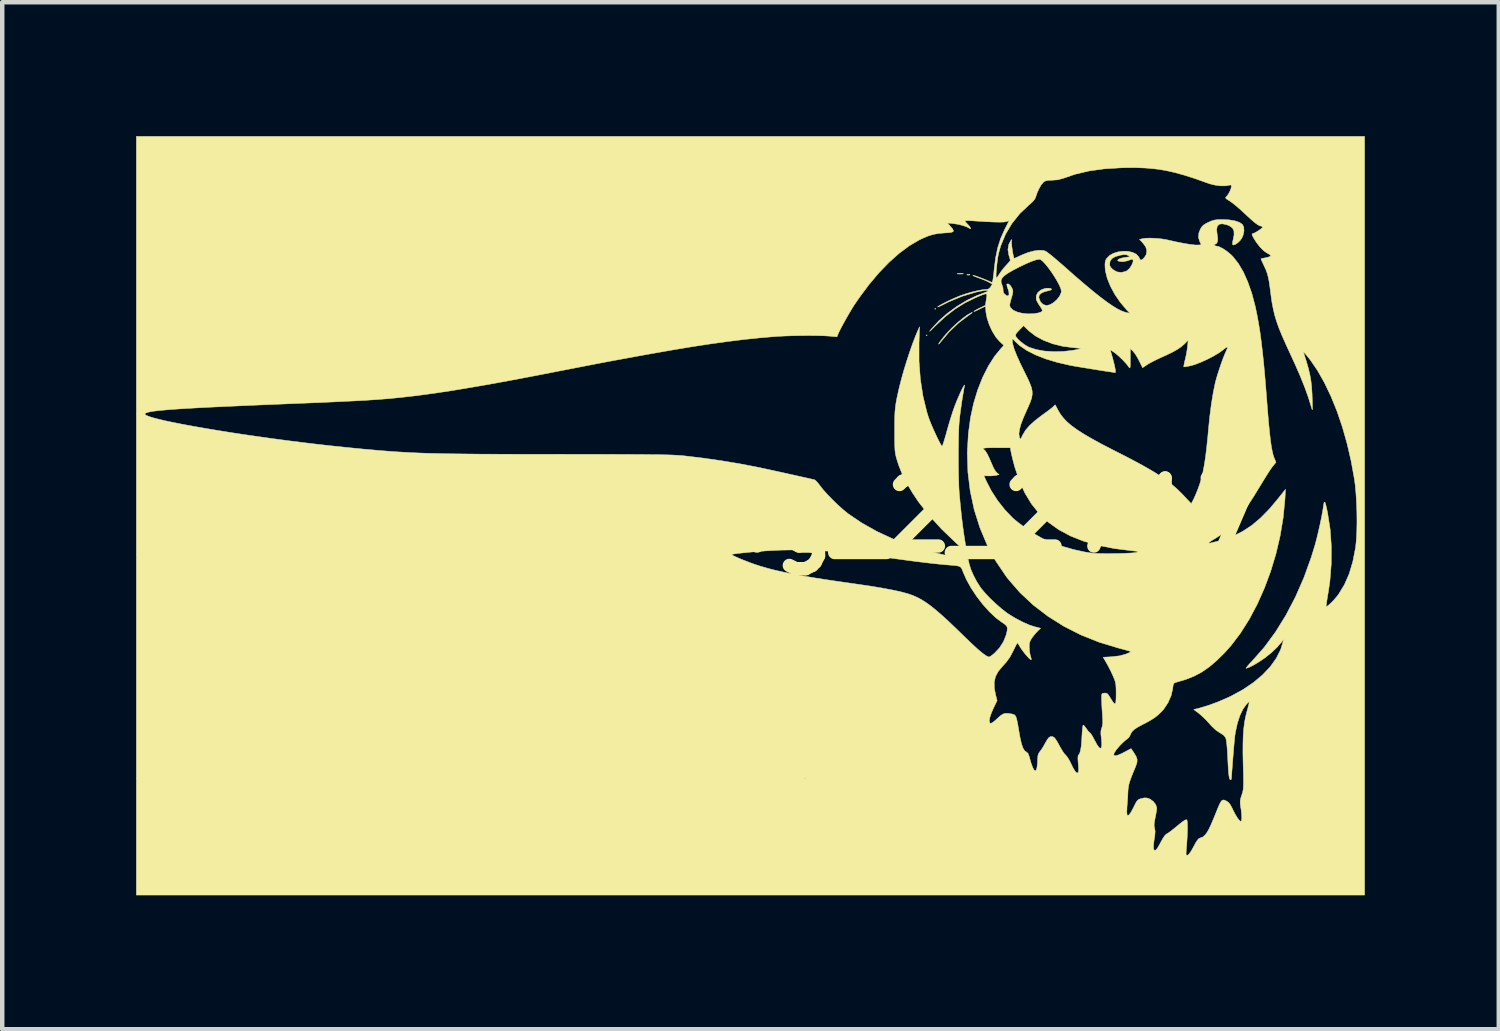
<source format=kicad_pcb>
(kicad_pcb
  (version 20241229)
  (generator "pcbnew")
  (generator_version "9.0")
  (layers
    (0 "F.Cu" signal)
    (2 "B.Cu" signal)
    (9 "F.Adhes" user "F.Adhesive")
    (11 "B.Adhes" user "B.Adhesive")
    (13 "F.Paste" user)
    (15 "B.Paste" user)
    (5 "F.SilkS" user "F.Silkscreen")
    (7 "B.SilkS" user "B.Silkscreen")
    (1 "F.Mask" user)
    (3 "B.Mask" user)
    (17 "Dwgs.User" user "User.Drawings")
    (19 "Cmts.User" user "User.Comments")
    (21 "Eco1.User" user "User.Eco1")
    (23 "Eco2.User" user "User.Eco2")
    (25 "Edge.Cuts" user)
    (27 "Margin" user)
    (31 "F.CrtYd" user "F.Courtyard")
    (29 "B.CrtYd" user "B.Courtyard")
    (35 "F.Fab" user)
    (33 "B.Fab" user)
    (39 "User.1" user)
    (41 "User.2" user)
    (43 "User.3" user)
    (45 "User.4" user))
  (footprint "otter_laying_2_2717"
    (layer "F.Cu")
    (at 13.763 8.493)
    (property "Reference" "otter_laying_2_2717" (at 0 0 0) (layer "F.SilkS") (effects (font (size 1.524 1.524) (thickness 0.3))))
    (attr through_hole)
    (fp_poly (pts (xy 3.958 -4.032) (xy 3.948 -4.022) (xy 3.937 -4.032) (xy 3.948 -4.043) (xy 3.958 -4.032)) (stroke (width 0.01) (type solid)) (fill yes) (layer "F.SilkS"))
    (fp_poly (pts (xy 4.149 -4.625) (xy 4.138 -4.614) (xy 4.128 -4.625) (xy 4.138 -4.636) (xy 4.149 -4.625)) (stroke (width 0.01) (type solid)) (fill yes) (layer "F.SilkS"))
    (fp_poly (pts (xy 4.757 -5.413) (xy 4.77 -5.408) (xy 4.746 -5.405) (xy 4.699 -5.404) (xy 4.647 -5.405) (xy 4.627 -5.409) (xy 4.641 -5.413) (xy 4.709 -5.416) (xy 4.757 -5.413)) (stroke (width 0.01) (type solid)) (fill yes) (layer "F.SilkS"))
    (fp_poly (pts (xy 4.916 -5.39) (xy 4.917 -5.383) (xy 4.884 -5.38) (xy 4.879 -5.38) (xy 4.846 -5.384) (xy 4.849 -5.39) (xy 4.853 -5.391) (xy 4.899 -5.394) (xy 4.916 -5.39)) (stroke (width 0.01) (type solid)) (fill yes) (layer "F.SilkS"))
    (fp_poly (pts (xy 4.96 -4.53) (xy 4.915 -4.497) (xy 4.884 -4.476) (xy 4.66 -4.307) (xy 4.446 -4.103) (xy 4.251 -3.87) (xy 4.245 -3.863) (xy 4.222 -3.836) (xy 4.213 -3.835) (xy 4.225 -3.857) (xy 4.258 -3.904) (xy 4.306 -3.967) (xy 4.339 -4.009) (xy 4.422 -4.104) (xy 4.523 -4.208) (xy 4.633 -4.31) (xy 4.742 -4.401) (xy 4.84 -4.475) (xy 4.892 -4.507) (xy 4.948 -4.537) (xy 4.971 -4.544) (xy 4.96 -4.53)) (stroke (width 0.01) (type solid)) (fill yes) (layer "F.SilkS"))
    (fp_poly (pts (xy 3.776 -3.863) (xy 3.776 -3.448) (xy 3.806 -3.047) (xy 3.865 -2.664) (xy 3.953 -2.306) (xy 3.979 -2.221) (xy 4.007 -2.142) (xy 4.045 -2.046) (xy 4.089 -1.943) (xy 4.137 -1.838) (xy 4.183 -1.739) (xy 4.226 -1.653) (xy 4.261 -1.588) (xy 4.286 -1.551) (xy 4.293 -1.545) (xy 4.303 -1.565) (xy 4.322 -1.618) (xy 4.347 -1.699) (xy 4.377 -1.801) (xy 4.4 -1.885) (xy 4.439 -2.023) (xy 4.483 -2.169) (xy 4.528 -2.31) (xy 4.569 -2.428) (xy 4.582 -2.462) (xy 4.619 -2.556) (xy 4.659 -2.65) (xy 4.698 -2.738) (xy 4.734 -2.815) (xy 4.765 -2.874) (xy 4.787 -2.91) (xy 4.797 -2.918) (xy 4.795 -2.9) (xy 4.78 -2.821) (xy 4.761 -2.711) (xy 4.74 -2.582) (xy 4.72 -2.444) (xy 4.701 -2.31) (xy 4.686 -2.19) (xy 4.679 -2.12) (xy 4.671 -2.018) (xy 4.665 -1.882) (xy 4.661 -1.72) (xy 4.659 -1.539) (xy 4.658 -1.347) (xy 4.658 -1.153) (xy 4.66 -0.964) (xy 4.664 -0.789) (xy 4.669 -0.634) (xy 4.676 -0.509) (xy 4.679 -0.476) (xy 4.702 -0.226) (xy 4.728 0.02) (xy 4.756 0.251) (xy 4.785 0.458) (xy 4.805 0.582) (xy 4.82 0.675) (xy 4.832 0.752) (xy 4.838 0.803) (xy 4.839 0.82) (xy 4.822 0.809) (xy 4.779 0.774) (xy 4.717 0.72) (xy 4.64 0.652) (xy 4.602 0.618) (xy 4.283 0.312) (xy 4.004 0.007) (xy 3.765 -0.298) (xy 3.627 -0.505) (xy 3.502 -0.716) (xy 3.403 -0.913) (xy 3.324 -1.11) (xy 3.286 -1.226) (xy 3.268 -1.287) (xy 3.254 -1.342) (xy 3.244 -1.396) (xy 3.237 -1.459) (xy 3.233 -1.536) (xy 3.23 -1.636) (xy 3.229 -1.766) (xy 3.229 -1.884) (xy 3.229 -2.055) (xy 3.231 -2.193) (xy 3.236 -2.31) (xy 3.246 -2.415) (xy 3.26 -2.517) (xy 3.281 -2.629) (xy 3.309 -2.758) (xy 3.337 -2.879) (xy 3.383 -3.058) (xy 3.438 -3.254) (xy 3.501 -3.458) (xy 3.567 -3.66) (xy 3.633 -3.848) (xy 3.697 -4.014) (xy 3.748 -4.135) (xy 3.788 -4.223) (xy 3.776 -3.863)) (stroke (width 0.01) (type solid)) (fill yes) (layer "F.SilkS"))
    (fp_poly (pts (xy 13.758 8.509) (xy -13.758 8.509) (xy -13.758 5.895) (xy 1.206 5.895) (xy 1.217 5.905) (xy 1.228 5.895) (xy 1.217 5.884) (xy 1.206 5.895) (xy -13.758 5.895) (xy -13.758 0.88) (xy -0.42 0.88) (xy -0.408 0.892) (xy -0.363 0.916) (xy -0.292 0.948) (xy -0.205 0.986) (xy -0.106 1.025) (xy -0.005 1.064) (xy 0.069 1.091) (xy 0.217 1.14) (xy 0.376 1.186) (xy 0.549 1.231) (xy 0.74 1.274) (xy 0.952 1.317) (xy 1.189 1.361) (xy 1.456 1.406) (xy 1.754 1.452) (xy 2.089 1.501) (xy 2.328 1.535) (xy 2.651 1.582) (xy 2.932 1.628) (xy 3.172 1.673) (xy 3.371 1.716) (xy 3.53 1.759) (xy 3.641 1.798) (xy 3.736 1.84) (xy 3.831 1.891) (xy 3.93 1.953) (xy 4.035 2.029) (xy 4.151 2.122) (xy 4.281 2.234) (xy 4.429 2.369) (xy 4.598 2.53) (xy 4.792 2.718) (xy 4.805 2.731) (xy 4.963 2.883) (xy 5.094 3.003) (xy 5.199 3.091) (xy 5.279 3.148) (xy 5.333 3.173) (xy 5.346 3.175) (xy 5.374 3.162) (xy 5.421 3.128) (xy 5.466 3.091) (xy 5.579 2.97) (xy 5.669 2.83) (xy 5.726 2.686) (xy 5.727 2.684) (xy 5.749 2.592) (xy 5.755 2.53) (xy 5.741 2.485) (xy 5.702 2.446) (xy 5.636 2.401) (xy 5.636 2.401) (xy 5.495 2.296) (xy 5.349 2.158) (xy 5.204 1.996) (xy 5.066 1.817) (xy 4.942 1.63) (xy 4.838 1.442) (xy 4.763 1.272) (xy 4.743 1.22) (xy 4.725 1.183) (xy 4.7 1.157) (xy 4.662 1.14) (xy 4.603 1.129) (xy 4.517 1.121) (xy 4.396 1.111) (xy 4.392 1.111) (xy 4.273 1.1) (xy 4.117 1.084) (xy 3.931 1.063) (xy 3.721 1.037) (xy 3.491 1.007) (xy 3.248 0.974) (xy 3.096 0.953) (xy 2.673 0.897) (xy 2.285 0.852) (xy 1.928 0.818) (xy 1.594 0.794) (xy 1.279 0.78) (xy 0.977 0.776) (xy 0.683 0.781) (xy 0.593 0.785) (xy 0.463 0.791) (xy 0.323 0.8) (xy 0.178 0.811) (xy 0.035 0.823) (xy -0.099 0.836) (xy -0.218 0.848) (xy -0.315 0.86) (xy -0.384 0.87) (xy -0.418 0.878) (xy -0.42 0.88) (xy -13.758 0.88) (xy -13.758 -2.267) (xy -13.568 -2.267) (xy -13.547 -2.244) (xy -13.487 -2.217) (xy -13.391 -2.186) (xy -13.26 -2.152) (xy -13.099 -2.114) (xy -12.908 -2.074) (xy -12.692 -2.032) (xy -12.453 -1.988) (xy -12.194 -1.943) (xy -11.917 -1.897) (xy -11.625 -1.85) (xy -11.321 -1.804) (xy -11.007 -1.759) (xy -10.686 -1.714) (xy -10.362 -1.671) (xy -10.036 -1.63) (xy -9.711 -1.591) (xy -9.39 -1.555) (xy -9.102 -1.525) (xy -8.883 -1.503) (xy -8.68 -1.483) (xy -8.489 -1.466) (xy -8.308 -1.45) (xy -8.133 -1.436) (xy -7.961 -1.423) (xy -7.788 -1.413) (xy -7.613 -1.403) (xy -7.43 -1.395) (xy -7.238 -1.388) (xy -7.034 -1.383) (xy -6.813 -1.378) (xy -6.573 -1.375) (xy -6.311 -1.372) (xy -6.023 -1.369) (xy -5.707 -1.368) (xy -5.359 -1.367) (xy -4.976 -1.366) (xy -4.555 -1.366) (xy -4.403 -1.366) (xy -4.01 -1.365) (xy -3.657 -1.365) (xy -3.341 -1.365) (xy -3.06 -1.364) (xy -2.812 -1.363) (xy -2.594 -1.362) (xy -2.403 -1.361) (xy -2.236 -1.359) (xy -2.093 -1.358) (xy -1.969 -1.355) (xy -1.862 -1.353) (xy -1.771 -1.35) (xy -1.692 -1.346) (xy -1.623 -1.342) (xy -1.561 -1.338) (xy -1.505 -1.333) (xy -1.451 -1.327) (xy -1.45 -1.327) (xy -1.05 -1.279) (xy -0.648 -1.221) (xy -0.255 -1.156) (xy 0.112 -1.086) (xy 0.191 -1.07) (xy 0.298 -1.047) (xy 0.425 -1.02) (xy 0.565 -0.989) (xy 0.712 -0.957) (xy 0.861 -0.924) (xy 1.006 -0.892) (xy 1.139 -0.862) (xy 1.255 -0.836) (xy 1.348 -0.815) (xy 1.412 -0.8) (xy 1.439 -0.793) (xy 1.467 -0.771) (xy 1.509 -0.725) (xy 1.556 -0.664) (xy 1.628 -0.572) (xy 1.726 -0.463) (xy 1.839 -0.347) (xy 1.958 -0.231) (xy 2.075 -0.126) (xy 2.181 -0.04) (xy 2.187 -0.035) (xy 2.492 0.172) (xy 2.831 0.362) (xy 3.198 0.533) (xy 3.589 0.682) (xy 3.996 0.807) (xy 4.416 0.906) (xy 4.645 0.948) (xy 4.876 0.986) (xy 4.9 1.093) (xy 4.937 1.212) (xy 4.996 1.348) (xy 5.069 1.487) (xy 5.151 1.614) (xy 5.173 1.645) (xy 5.26 1.748) (xy 5.371 1.865) (xy 5.496 1.983) (xy 5.622 2.093) (xy 5.74 2.185) (xy 5.78 2.213) (xy 5.938 2.309) (xy 6.099 2.394) (xy 6.251 2.46) (xy 6.366 2.497) (xy 6.499 2.532) (xy 6.444 2.584) (xy 6.399 2.631) (xy 6.346 2.695) (xy 6.316 2.733) (xy 6.274 2.798) (xy 6.252 2.853) (xy 6.245 2.92) (xy 6.245 2.956) (xy 6.251 3.04) (xy 6.264 3.122) (xy 6.274 3.159) (xy 6.289 3.209) (xy 6.29 3.236) (xy 6.287 3.239) (xy 6.261 3.223) (xy 6.218 3.181) (xy 6.166 3.123) (xy 6.113 3.056) (xy 6.066 2.99) (xy 6.044 2.957) (xy 6.011 2.902) (xy 5.987 2.866) (xy 5.979 2.857) (xy 5.968 2.875) (xy 5.943 2.923) (xy 5.908 2.993) (xy 5.884 3.043) (xy 5.813 3.176) (xy 5.731 3.29) (xy 5.652 3.377) (xy 5.552 3.496) (xy 5.489 3.613) (xy 5.46 3.737) (xy 5.463 3.877) (xy 5.493 4.03) (xy 5.525 4.152) (xy 5.451 4.304) (xy 5.396 4.429) (xy 5.362 4.531) (xy 5.35 4.607) (xy 5.362 4.653) (xy 5.366 4.657) (xy 5.388 4.661) (xy 5.424 4.643) (xy 5.479 4.6) (xy 5.528 4.555) (xy 5.601 4.49) (xy 5.659 4.452) (xy 5.716 4.437) (xy 5.786 4.44) (xy 5.878 4.457) (xy 5.907 4.467) (xy 5.93 4.487) (xy 5.95 4.523) (xy 5.967 4.582) (xy 5.985 4.668) (xy 6.006 4.79) (xy 6.012 4.828) (xy 6.042 4.996) (xy 6.073 5.126) (xy 6.106 5.218) (xy 6.141 5.276) (xy 6.178 5.301) (xy 6.218 5.336) (xy 6.244 5.404) (xy 6.283 5.545) (xy 6.32 5.646) (xy 6.352 5.706) (xy 6.38 5.727) (xy 6.403 5.706) (xy 6.419 5.645) (xy 6.43 5.542) (xy 6.432 5.473) (xy 6.438 5.391) (xy 6.454 5.337) (xy 6.482 5.297) (xy 6.515 5.253) (xy 6.559 5.185) (xy 6.602 5.108) (xy 6.604 5.105) (xy 6.647 5.029) (xy 6.681 4.984) (xy 6.713 4.962) (xy 6.734 4.957) (xy 6.767 4.959) (xy 6.799 4.975) (xy 6.832 5.012) (xy 6.873 5.075) (xy 6.925 5.17) (xy 6.943 5.203) (xy 6.986 5.276) (xy 7.029 5.339) (xy 7.063 5.376) (xy 7.096 5.414) (xy 7.137 5.479) (xy 7.176 5.555) (xy 7.178 5.56) (xy 7.231 5.668) (xy 7.276 5.74) (xy 7.311 5.774) (xy 7.336 5.769) (xy 7.349 5.731) (xy 7.35 5.686) (xy 7.347 5.615) (xy 7.34 5.536) (xy 7.335 5.459) (xy 7.337 5.403) (xy 7.344 5.377) (xy 7.344 5.377) (xy 7.372 5.341) (xy 7.394 5.269) (xy 7.411 5.161) (xy 7.422 5.013) (xy 7.424 4.969) (xy 7.43 4.868) (xy 7.437 4.784) (xy 7.445 4.725) (xy 7.452 4.699) (xy 7.453 4.699) (xy 7.475 4.715) (xy 7.508 4.756) (xy 7.526 4.782) (xy 7.564 4.834) (xy 7.597 4.868) (xy 7.607 4.875) (xy 7.627 4.897) (xy 7.66 4.949) (xy 7.698 5.019) (xy 7.711 5.044) (xy 7.766 5.144) (xy 7.809 5.204) (xy 7.842 5.222) (xy 7.862 5.201) (xy 7.87 5.139) (xy 7.864 5.036) (xy 7.86 4.998) (xy 7.85 4.905) (xy 7.85 4.839) (xy 7.861 4.786) (xy 7.87 4.763) (xy 7.884 4.717) (xy 7.891 4.661) (xy 7.891 4.583) (xy 7.884 4.475) (xy 7.884 4.466) (xy 7.876 4.356) (xy 7.87 4.247) (xy 7.866 4.153) (xy 7.865 4.117) (xy 7.865 4.047) (xy 7.871 4.008) (xy 7.887 3.991) (xy 7.918 3.985) (xy 7.929 3.984) (xy 7.966 3.984) (xy 7.995 3.998) (xy 8.025 4.033) (xy 8.066 4.099) (xy 8.113 4.174) (xy 8.147 4.216) (xy 8.169 4.223) (xy 8.183 4.194) (xy 8.189 4.126) (xy 8.191 4.018) (xy 8.191 3.997) (xy 8.19 3.889) (xy 8.186 3.811) (xy 8.177 3.749) (xy 8.159 3.691) (xy 8.132 3.623) (xy 8.121 3.598) (xy 8.076 3.5) (xy 8.023 3.396) (xy 7.976 3.31) (xy 7.9 3.181) (xy 8.093 3.17) (xy 8.271 3.149) (xy 8.409 3.111) (xy 8.471 3.085) (xy 8.512 3.064) (xy 8.522 3.054) (xy 8.5 3.046) (xy 8.444 3.03) (xy 8.363 3.007) (xy 8.264 2.981) (xy 8.241 2.975) (xy 7.81 2.844) (xy 7.402 2.681) (xy 7.019 2.487) (xy 6.663 2.263) (xy 6.335 2.012) (xy 6.037 1.733) (xy 5.772 1.428) (xy 5.724 1.365) (xy 5.494 1.024) (xy 5.299 0.66) (xy 5.138 0.276) (xy 5.012 -0.124) (xy 4.923 -0.538) (xy 4.871 -0.961) (xy 4.857 -1.392) (xy 4.862 -1.493) (xy 5.205 -1.493) (xy 5.219 -1.48) (xy 5.224 -1.478) (xy 5.257 -1.447) (xy 5.299 -1.383) (xy 5.345 -1.291) (xy 5.393 -1.18) (xy 5.397 -1.17) (xy 5.439 -1.073) (xy 5.481 -0.998) (xy 5.517 -0.954) (xy 5.517 -0.954) (xy 5.57 -0.912) (xy 5.51 -0.895) (xy 5.453 -0.886) (xy 5.377 -0.881) (xy 5.341 -0.881) (xy 5.231 -0.884) (xy 5.283 -0.765) (xy 5.395 -0.548) (xy 5.536 -0.33) (xy 5.698 -0.124) (xy 5.869 0.055) (xy 5.891 0.075) (xy 5.99 0.157) (xy 6.113 0.249) (xy 6.249 0.343) (xy 6.384 0.43) (xy 6.505 0.5) (xy 6.54 0.519) (xy 6.752 0.613) (xy 6.992 0.698) (xy 7.246 0.77) (xy 7.499 0.825) (xy 7.641 0.847) (xy 7.71 0.853) (xy 7.807 0.857) (xy 7.925 0.859) (xy 8.055 0.859) (xy 8.189 0.858) (xy 8.321 0.855) (xy 8.441 0.85) (xy 8.542 0.845) (xy 8.617 0.838) (xy 8.656 0.831) (xy 8.676 0.82) (xy 8.669 0.812) (xy 8.629 0.804) (xy 8.551 0.796) (xy 8.551 0.796) (xy 8.153 0.746) (xy 7.791 0.675) (xy 7.463 0.581) (xy 7.169 0.465) (xy 6.906 0.324) (xy 6.674 0.158) (xy 6.471 -0.035) (xy 6.295 -0.254) (xy 6.145 -0.502) (xy 6.02 -0.78) (xy 5.918 -1.088) (xy 5.898 -1.164) (xy 5.873 -1.26) (xy 5.852 -1.349) (xy 5.837 -1.417) (xy 5.833 -1.439) (xy 5.821 -1.513) (xy 5.514 -1.513) (xy 5.378 -1.512) (xy 5.283 -1.509) (xy 5.226 -1.502) (xy 5.205 -1.493) (xy 4.862 -1.493) (xy 4.881 -1.827) (xy 4.93 -2.191) (xy 4.998 -2.505) (xy 5.089 -2.805) (xy 5.199 -3.085) (xy 5.327 -3.339) (xy 5.47 -3.564) (xy 5.614 -3.739) (xy 5.677 -3.805) (xy 5.582 -3.893) (xy 5.554 -3.925) (xy 5.863 -3.925) (xy 5.874 -3.84) (xy 5.906 -3.728) (xy 5.961 -3.587) (xy 6.038 -3.414) (xy 6.121 -3.245) (xy 6.196 -3.094) (xy 6.252 -2.972) (xy 6.29 -2.872) (xy 6.31 -2.786) (xy 6.312 -2.706) (xy 6.298 -2.624) (xy 6.267 -2.533) (xy 6.221 -2.425) (xy 6.186 -2.349) (xy 6.11 -2.175) (xy 6.056 -2.031) (xy 6.025 -1.914) (xy 6.014 -1.822) (xy 6.024 -1.748) (xy 6.028 -1.737) (xy 6.04 -1.711) (xy 6.052 -1.71) (xy 6.069 -1.737) (xy 6.098 -1.798) (xy 6.101 -1.803) (xy 6.161 -1.904) (xy 6.251 -2.009) (xy 6.375 -2.121) (xy 6.535 -2.244) (xy 6.551 -2.255) (xy 6.631 -2.313) (xy 6.703 -2.367) (xy 6.757 -2.41) (xy 6.774 -2.425) (xy 6.827 -2.475) (xy 6.89 -2.354) (xy 6.944 -2.264) (xy 7.01 -2.178) (xy 7.092 -2.092) (xy 7.193 -2.006) (xy 7.317 -1.916) (xy 7.466 -1.82) (xy 7.644 -1.716) (xy 7.854 -1.601) (xy 8.099 -1.474) (xy 8.17 -1.438) (xy 8.435 -1.303) (xy 8.666 -1.181) (xy 8.866 -1.071) (xy 9.039 -0.97) (xy 9.189 -0.874) (xy 9.322 -0.782) (xy 9.44 -0.69) (xy 9.548 -0.595) (xy 9.651 -0.496) (xy 9.705 -0.44) (xy 9.874 -0.26) (xy 9.91 -0.326) (xy 9.936 -0.378) (xy 9.97 -0.454) (xy 10.005 -0.539) (xy 10.01 -0.55) (xy 10.058 -0.679) (xy 10.099 -0.813) (xy 10.135 -0.96) (xy 10.166 -1.124) (xy 10.195 -1.311) (xy 10.221 -1.527) (xy 10.247 -1.778) (xy 10.255 -1.873) (xy 10.288 -2.205) (xy 10.326 -2.499) (xy 10.368 -2.755) (xy 10.413 -2.971) (xy 10.424 -3.013) (xy 10.456 -3.127) (xy 10.497 -3.255) (xy 10.541 -3.386) (xy 10.586 -3.51) (xy 10.627 -3.614) (xy 10.66 -3.687) (xy 10.684 -3.743) (xy 10.684 -3.767) (xy 10.657 -3.758) (xy 10.603 -3.718) (xy 10.587 -3.705) (xy 10.497 -3.64) (xy 10.378 -3.568) (xy 10.243 -3.498) (xy 10.104 -3.434) (xy 9.974 -3.383) (xy 9.876 -3.353) (xy 9.799 -3.336) (xy 9.74 -3.326) (xy 9.709 -3.324) (xy 9.707 -3.325) (xy 9.708 -3.348) (xy 9.718 -3.401) (xy 9.734 -3.474) (xy 9.737 -3.482) (xy 9.76 -3.585) (xy 9.78 -3.699) (xy 9.79 -3.776) (xy 9.806 -3.921) (xy 9.723 -3.839) (xy 9.653 -3.777) (xy 9.564 -3.716) (xy 9.452 -3.653) (xy 9.309 -3.584) (xy 9.198 -3.534) (xy 9.099 -3.488) (xy 9.001 -3.439) (xy 8.92 -3.395) (xy 8.886 -3.373) (xy 8.784 -3.305) (xy 8.706 -3.462) (xy 8.662 -3.544) (xy 8.615 -3.618) (xy 8.574 -3.67) (xy 8.569 -3.676) (xy 8.509 -3.733) (xy 8.509 -3.502) (xy 8.509 -3.402) (xy 8.507 -3.338) (xy 8.503 -3.306) (xy 8.495 -3.299) (xy 8.483 -3.311) (xy 8.474 -3.324) (xy 8.418 -3.395) (xy 8.341 -3.478) (xy 8.256 -3.56) (xy 8.175 -3.629) (xy 8.151 -3.646) (xy 8.098 -3.682) (xy 8.072 -3.696) (xy 8.066 -3.688) (xy 8.073 -3.66) (xy 8.111 -3.527) (xy 8.142 -3.409) (xy 8.164 -3.312) (xy 8.176 -3.241) (xy 8.177 -3.202) (xy 8.172 -3.196) (xy 8.142 -3.199) (xy 8.079 -3.209) (xy 7.988 -3.222) (xy 7.877 -3.24) (xy 7.753 -3.259) (xy 7.624 -3.28) (xy 7.497 -3.301) (xy 7.378 -3.32) (xy 7.277 -3.337) (xy 7.198 -3.351) (xy 7.165 -3.357) (xy 6.874 -3.424) (xy 6.612 -3.503) (xy 6.381 -3.594) (xy 6.184 -3.695) (xy 6.024 -3.806) (xy 5.921 -3.902) (xy 5.885 -3.94) (xy 5.868 -3.948) (xy 5.863 -3.929) (xy 5.863 -3.925) (xy 5.554 -3.925) (xy 5.497 -3.991) (xy 5.477 -4.024) (xy 5.938 -4.024) (xy 5.945 -4.006) (xy 5.988 -3.949) (xy 6.057 -3.885) (xy 6.138 -3.823) (xy 6.22 -3.774) (xy 6.241 -3.764) (xy 6.397 -3.713) (xy 6.582 -3.679) (xy 6.786 -3.665) (xy 7 -3.669) (xy 7.204 -3.692) (xy 7.288 -3.707) (xy 7.355 -3.72) (xy 7.395 -3.729) (xy 7.401 -3.732) (xy 7.385 -3.737) (xy 7.336 -3.744) (xy 7.263 -3.752) (xy 7.216 -3.756) (xy 6.986 -3.787) (xy 6.767 -3.842) (xy 6.565 -3.919) (xy 6.388 -4.014) (xy 6.244 -4.124) (xy 6.232 -4.135) (xy 6.118 -4.246) (xy 6.02 -4.147) (xy 5.967 -4.09) (xy 5.942 -4.053) (xy 5.938 -4.024) (xy 5.477 -4.024) (xy 5.418 -4.119) (xy 5.351 -4.263) (xy 5.301 -4.411) (xy 5.274 -4.55) (xy 5.271 -4.61) (xy 5.267 -4.657) (xy 5.26 -4.678) (xy 5.259 -4.678) (xy 5.236 -4.669) (xy 5.186 -4.646) (xy 5.12 -4.613) (xy 5.12 -4.613) (xy 5.058 -4.583) (xy 5.016 -4.566) (xy 5.002 -4.565) (xy 5.002 -4.566) (xy 5.026 -4.584) (xy 5.077 -4.613) (xy 5.138 -4.643) (xy 5.262 -4.703) (xy 5.283 -4.838) (xy 5.292 -4.898) (xy 5.295 -4.937) (xy 5.286 -4.958) (xy 5.259 -4.959) (xy 5.208 -4.943) (xy 5.129 -4.911) (xy 5.041 -4.873) (xy 4.805 -4.758) (xy 4.581 -4.618) (xy 4.36 -4.446) (xy 4.137 -4.239) (xy 4.123 -4.225) (xy 4.059 -4.161) (xy 4.022 -4.126) (xy 4.012 -4.119) (xy 4.025 -4.138) (xy 4.061 -4.183) (xy 4.063 -4.185) (xy 4.221 -4.357) (xy 4.41 -4.523) (xy 4.621 -4.677) (xy 4.843 -4.812) (xy 5.066 -4.919) (xy 5.186 -4.965) (xy 5.269 -4.996) (xy 5.314 -5.019) (xy 5.321 -5.033) (xy 5.294 -5.038) (xy 5.235 -5.034) (xy 5.146 -5.018) (xy 5.047 -4.997) (xy 4.744 -4.906) (xy 4.446 -4.783) (xy 4.352 -4.736) (xy 4.277 -4.699) (xy 4.222 -4.674) (xy 4.193 -4.664) (xy 4.192 -4.668) (xy 4.223 -4.691) (xy 4.285 -4.727) (xy 4.369 -4.77) (xy 4.465 -4.817) (xy 4.567 -4.863) (xy 4.663 -4.904) (xy 4.709 -4.922) (xy 4.821 -4.96) (xy 4.943 -4.996) (xy 5.064 -5.026) (xy 5.172 -5.048) (xy 5.255 -5.058) (xy 5.271 -5.059) (xy 5.33 -5.067) (xy 5.369 -5.1) (xy 5.382 -5.119) (xy 5.417 -5.179) (xy 5.338 -5.223) (xy 5.279 -5.252) (xy 5.196 -5.286) (xy 5.107 -5.319) (xy 5.101 -5.321) (xy 5.034 -5.346) (xy 4.991 -5.365) (xy 4.98 -5.375) (xy 4.985 -5.375) (xy 5.02 -5.368) (xy 5.084 -5.347) (xy 5.167 -5.316) (xy 5.259 -5.28) (xy 5.351 -5.242) (xy 5.409 -5.216) (xy 5.421 -5.232) (xy 5.428 -5.265) (xy 5.615 -5.265) (xy 5.616 -5.213) (xy 5.636 -5.156) (xy 5.637 -5.154) (xy 5.656 -5.096) (xy 5.66 -5.046) (xy 5.659 -5.042) (xy 5.666 -4.991) (xy 5.692 -4.955) (xy 5.742 -4.917) (xy 5.776 -4.916) (xy 5.792 -4.948) (xy 5.788 -5.007) (xy 5.768 -5.072) (xy 5.749 -5.129) (xy 5.742 -5.17) (xy 5.744 -5.179) (xy 5.774 -5.184) (xy 5.812 -5.158) (xy 5.849 -5.105) (xy 5.856 -5.092) (xy 5.873 -5.053) (xy 5.879 -5.018) (xy 5.875 -4.974) (xy 5.859 -4.911) (xy 5.843 -4.858) (xy 5.82 -4.776) (xy 5.809 -4.723) (xy 5.81 -4.688) (xy 5.821 -4.66) (xy 5.829 -4.647) (xy 5.885 -4.595) (xy 5.973 -4.554) (xy 6.083 -4.526) (xy 6.206 -4.512) (xy 6.332 -4.514) (xy 6.446 -4.532) (xy 6.502 -4.551) (xy 6.536 -4.573) (xy 6.54 -4.582) (xy 6.529 -4.613) (xy 6.499 -4.664) (xy 6.478 -4.695) (xy 6.438 -4.757) (xy 6.408 -4.815) (xy 6.401 -4.836) (xy 6.401 -4.916) (xy 6.436 -4.988) (xy 6.501 -5.044) (xy 6.59 -5.079) (xy 6.65 -5.087) (xy 6.717 -5.083) (xy 6.745 -5.068) (xy 6.735 -5.049) (xy 6.684 -5.031) (xy 6.658 -5.026) (xy 6.585 -5.007) (xy 6.521 -4.979) (xy 6.506 -4.969) (xy 6.468 -4.929) (xy 6.461 -4.884) (xy 6.465 -4.861) (xy 6.497 -4.781) (xy 6.554 -4.724) (xy 6.625 -4.699) (xy 6.635 -4.699) (xy 6.71 -4.717) (xy 6.79 -4.764) (xy 6.865 -4.831) (xy 6.925 -4.908) (xy 6.959 -4.985) (xy 6.964 -5.021) (xy 6.952 -5.077) (xy 6.919 -5.155) (xy 6.87 -5.247) (xy 6.809 -5.348) (xy 6.742 -5.45) (xy 6.672 -5.546) (xy 6.605 -5.629) (xy 6.545 -5.692) (xy 6.497 -5.729) (xy 6.476 -5.736) (xy 6.408 -5.725) (xy 6.309 -5.692) (xy 6.182 -5.639) (xy 6.031 -5.567) (xy 6.022 -5.562) (xy 5.875 -5.486) (xy 5.764 -5.421) (xy 5.686 -5.365) (xy 5.638 -5.314) (xy 5.615 -5.265) (xy 5.428 -5.265) (xy 5.433 -5.288) (xy 5.442 -5.355) (xy 5.502 -5.355) (xy 5.505 -5.318) (xy 5.509 -5.313) (xy 5.525 -5.329) (xy 5.555 -5.372) (xy 5.574 -5.403) (xy 5.619 -5.468) (xy 5.679 -5.544) (xy 5.724 -5.595) (xy 5.773 -5.649) (xy 5.808 -5.69) (xy 5.821 -5.71) (xy 5.815 -5.735) (xy 5.8 -5.787) (xy 5.787 -5.83) (xy 5.767 -5.951) (xy 5.786 -6.065) (xy 5.829 -6.149) (xy 5.851 -6.176) (xy 5.855 -6.167) (xy 5.85 -6.138) (xy 5.849 -6.095) (xy 5.854 -6.03) (xy 5.864 -5.954) (xy 5.876 -5.877) (xy 5.889 -5.811) (xy 5.902 -5.766) (xy 5.911 -5.753) (xy 5.936 -5.765) (xy 5.989 -5.789) (xy 6.06 -5.822) (xy 6.082 -5.832) (xy 6.217 -5.886) (xy 6.349 -5.921) (xy 6.467 -5.937) (xy 6.563 -5.932) (xy 6.608 -5.917) (xy 6.645 -5.894) (xy 6.707 -5.846) (xy 6.789 -5.78) (xy 6.884 -5.699) (xy 6.988 -5.609) (xy 7.018 -5.583) (xy 7.263 -5.366) (xy 7.481 -5.179) (xy 7.673 -5.019) (xy 7.842 -4.884) (xy 7.989 -4.774) (xy 8.116 -4.687) (xy 8.226 -4.62) (xy 8.321 -4.574) (xy 8.401 -4.546) (xy 8.424 -4.54) (xy 8.498 -4.525) (xy 8.422 -4.607) (xy 8.283 -4.772) (xy 8.162 -4.948) (xy 8.065 -5.128) (xy 7.993 -5.304) (xy 7.952 -5.468) (xy 7.945 -5.531) (xy 7.941 -5.618) (xy 7.944 -5.647) (xy 8.048 -5.647) (xy 8.049 -5.595) (xy 8.07 -5.554) (xy 8.117 -5.506) (xy 8.207 -5.453) (xy 8.307 -5.439) (xy 8.407 -5.464) (xy 8.437 -5.48) (xy 8.491 -5.529) (xy 8.538 -5.598) (xy 8.568 -5.669) (xy 8.572 -5.702) (xy 8.567 -5.728) (xy 8.546 -5.734) (xy 8.5 -5.721) (xy 8.456 -5.703) (xy 8.35 -5.68) (xy 8.292 -5.684) (xy 8.241 -5.695) (xy 8.224 -5.707) (xy 8.236 -5.726) (xy 8.24 -5.73) (xy 8.278 -5.75) (xy 8.342 -5.768) (xy 8.396 -5.777) (xy 8.464 -5.786) (xy 8.495 -5.793) (xy 8.494 -5.802) (xy 8.467 -5.817) (xy 8.46 -5.821) (xy 8.415 -5.837) (xy 8.364 -5.839) (xy 8.29 -5.827) (xy 8.28 -5.825) (xy 8.17 -5.793) (xy 8.098 -5.751) (xy 8.058 -5.695) (xy 8.048 -5.647) (xy 7.944 -5.647) (xy 7.946 -5.677) (xy 7.961 -5.723) (xy 7.976 -5.749) (xy 8.04 -5.817) (xy 8.128 -5.867) (xy 8.233 -5.9) (xy 8.346 -5.915) (xy 8.457 -5.912) (xy 8.558 -5.89) (xy 8.641 -5.85) (xy 8.697 -5.79) (xy 8.704 -5.777) (xy 8.726 -5.734) (xy 8.742 -5.715) (xy 8.742 -5.715) (xy 8.781 -5.732) (xy 8.824 -5.775) (xy 8.859 -5.829) (xy 8.868 -5.85) (xy 8.878 -5.934) (xy 8.852 -6.017) (xy 8.786 -6.104) (xy 8.78 -6.111) (xy 8.715 -6.178) (xy 8.776 -6.195) (xy 8.848 -6.206) (xy 8.949 -6.209) (xy 9.066 -6.205) (xy 9.185 -6.194) (xy 9.295 -6.178) (xy 9.324 -6.172) (xy 9.534 -6.125) (xy 9.711 -6.09) (xy 9.853 -6.067) (xy 9.957 -6.055) (xy 9.991 -6.054) (xy 10.052 -6.055) (xy 10.09 -6.059) (xy 10.097 -6.062) (xy 10.088 -6.084) (xy 10.066 -6.128) (xy 10.065 -6.131) (xy 10.036 -6.223) (xy 10.045 -6.324) (xy 10.077 -6.407) (xy 10.109 -6.461) (xy 10.15 -6.502) (xy 10.213 -6.541) (xy 10.255 -6.561) (xy 10.327 -6.593) (xy 10.389 -6.612) (xy 10.456 -6.622) (xy 10.546 -6.625) (xy 10.579 -6.625) (xy 10.727 -6.617) (xy 10.855 -6.595) (xy 10.956 -6.56) (xy 11.022 -6.515) (xy 11.022 -6.514) (xy 11.051 -6.453) (xy 11.056 -6.371) (xy 11.038 -6.279) (xy 11.007 -6.207) (xy 10.967 -6.153) (xy 10.916 -6.104) (xy 10.864 -6.069) (xy 10.821 -6.055) (xy 10.802 -6.061) (xy 10.798 -6.089) (xy 10.805 -6.142) (xy 10.812 -6.171) (xy 10.834 -6.286) (xy 10.83 -6.373) (xy 10.796 -6.437) (xy 10.73 -6.484) (xy 10.671 -6.508) (xy 10.573 -6.529) (xy 10.502 -6.52) (xy 10.459 -6.478) (xy 10.443 -6.404) (xy 10.454 -6.298) (xy 10.456 -6.287) (xy 10.468 -6.195) (xy 10.461 -6.125) (xy 10.438 -6.084) (xy 10.413 -6.075) (xy 10.393 -6.059) (xy 10.393 -6.054) (xy 10.41 -6.036) (xy 10.431 -6.032) (xy 10.496 -6.017) (xy 10.58 -5.976) (xy 10.671 -5.915) (xy 10.762 -5.84) (xy 10.811 -5.791) (xy 10.931 -5.638) (xy 11.043 -5.448) (xy 11.143 -5.223) (xy 11.232 -4.968) (xy 11.306 -4.688) (xy 11.313 -4.657) (xy 11.349 -4.483) (xy 11.382 -4.303) (xy 11.413 -4.112) (xy 11.441 -3.905) (xy 11.468 -3.678) (xy 11.495 -3.426) (xy 11.521 -3.145) (xy 11.547 -2.829) (xy 11.567 -2.572) (xy 11.589 -2.295) (xy 11.609 -2.058) (xy 11.629 -1.858) (xy 11.648 -1.69) (xy 11.667 -1.553) (xy 11.687 -1.444) (xy 11.707 -1.358) (xy 11.728 -1.294) (xy 11.731 -1.287) (xy 11.773 -1.187) (xy 11.699 -1.096) (xy 11.664 -1.048) (xy 11.612 -0.971) (xy 11.55 -0.873) (xy 11.483 -0.764) (xy 11.434 -0.684) (xy 11.284 -0.438) (xy 11.148 -0.228) (xy 11.021 -0.049) (xy 10.901 0.103) (xy 10.784 0.231) (xy 10.666 0.341) (xy 10.544 0.435) (xy 10.416 0.518) (xy 10.394 0.53) (xy 10.317 0.577) (xy 10.275 0.609) (xy 10.269 0.625) (xy 10.301 0.624) (xy 10.303 0.623) (xy 10.566 0.557) (xy 10.805 0.471) (xy 11.024 0.362) (xy 11.231 0.226) (xy 11.429 0.059) (xy 11.626 -0.142) (xy 11.812 -0.363) (xy 11.986 -0.582) (xy 11.973 -0.349) (xy 11.934 0.052) (xy 11.867 0.456) (xy 11.774 0.856) (xy 11.656 1.249) (xy 11.515 1.629) (xy 11.354 1.991) (xy 11.174 2.33) (xy 10.977 2.642) (xy 10.765 2.921) (xy 10.618 3.085) (xy 10.442 3.258) (xy 10.276 3.399) (xy 10.112 3.512) (xy 9.943 3.603) (xy 9.758 3.677) (xy 9.551 3.738) (xy 9.546 3.74) (xy 9.505 3.752) (xy 9.482 3.771) (xy 9.469 3.807) (xy 9.46 3.872) (xy 9.458 3.89) (xy 9.422 4.046) (xy 9.353 4.201) (xy 9.259 4.343) (xy 9.204 4.404) (xy 9.131 4.473) (xy 9.058 4.532) (xy 8.974 4.586) (xy 8.87 4.645) (xy 8.781 4.69) (xy 8.674 4.748) (xy 8.599 4.797) (xy 8.55 4.844) (xy 8.519 4.896) (xy 8.509 4.921) (xy 8.477 4.978) (xy 8.432 5.018) (xy 8.391 5.048) (xy 8.334 5.1) (xy 8.272 5.163) (xy 8.265 5.171) (xy 8.189 5.262) (xy 8.146 5.33) (xy 8.138 5.372) (xy 8.162 5.388) (xy 8.22 5.378) (xy 8.31 5.341) (xy 8.361 5.315) (xy 8.527 5.228) (xy 8.589 5.32) (xy 8.639 5.402) (xy 8.662 5.469) (xy 8.659 5.536) (xy 8.632 5.619) (xy 8.623 5.641) (xy 8.566 5.779) (xy 8.524 5.886) (xy 8.494 5.97) (xy 8.475 6.04) (xy 8.464 6.102) (xy 8.458 6.166) (xy 8.456 6.202) (xy 8.452 6.303) (xy 8.444 6.423) (xy 8.435 6.536) (xy 8.435 6.546) (xy 8.43 6.647) (xy 8.436 6.708) (xy 8.454 6.728) (xy 8.485 6.708) (xy 8.527 6.648) (xy 8.581 6.547) (xy 8.603 6.502) (xy 8.64 6.429) (xy 8.672 6.385) (xy 8.708 6.361) (xy 8.74 6.35) (xy 8.822 6.332) (xy 8.883 6.334) (xy 8.942 6.355) (xy 8.953 6.36) (xy 9.024 6.412) (xy 9.077 6.479) (xy 9.101 6.548) (xy 9.102 6.559) (xy 9.097 6.605) (xy 9.086 6.679) (xy 9.069 6.765) (xy 9.066 6.78) (xy 9.048 6.877) (xy 9.042 6.945) (xy 9.049 6.994) (xy 9.053 7.006) (xy 9.065 7.079) (xy 9.059 7.168) (xy 9.039 7.3) (xy 9.029 7.395) (xy 9.029 7.457) (xy 9.037 7.492) (xy 9.038 7.492) (xy 9.059 7.509) (xy 9.085 7.496) (xy 9.121 7.452) (xy 9.167 7.372) (xy 9.198 7.313) (xy 9.241 7.236) (xy 9.281 7.177) (xy 9.313 7.145) (xy 9.318 7.142) (xy 9.352 7.123) (xy 9.407 7.084) (xy 9.476 7.03) (xy 9.51 7.002) (xy 9.606 6.923) (xy 9.675 6.869) (xy 9.723 6.836) (xy 9.754 6.822) (xy 9.774 6.823) (xy 9.776 6.825) (xy 9.784 6.85) (xy 9.788 6.911) (xy 9.79 7) (xy 9.788 7.109) (xy 9.782 7.232) (xy 9.774 7.361) (xy 9.766 7.458) (xy 9.76 7.541) (xy 9.759 7.59) (xy 9.765 7.613) (xy 9.779 7.618) (xy 9.791 7.617) (xy 9.822 7.593) (xy 9.866 7.533) (xy 9.919 7.44) (xy 9.927 7.425) (xy 9.975 7.335) (xy 10.013 7.277) (xy 10.044 7.244) (xy 10.076 7.229) (xy 10.08 7.228) (xy 10.128 7.21) (xy 10.172 7.176) (xy 10.217 7.122) (xy 10.264 7.043) (xy 10.316 6.934) (xy 10.377 6.792) (xy 10.418 6.691) (xy 10.467 6.568) (xy 10.505 6.479) (xy 10.536 6.421) (xy 10.563 6.389) (xy 10.59 6.378) (xy 10.621 6.383) (xy 10.657 6.399) (xy 10.703 6.428) (xy 10.741 6.472) (xy 10.78 6.541) (xy 10.797 6.577) (xy 10.846 6.675) (xy 10.895 6.759) (xy 10.939 6.821) (xy 10.975 6.854) (xy 10.987 6.858) (xy 11 6.838) (xy 11.006 6.784) (xy 11.003 6.703) (xy 10.992 6.6) (xy 10.983 6.545) (xy 10.972 6.461) (xy 10.972 6.397) (xy 10.985 6.332) (xy 11.006 6.267) (xy 11.02 6.225) (xy 11.03 6.184) (xy 11.038 6.141) (xy 11.042 6.088) (xy 11.045 6.019) (xy 11.045 5.929) (xy 11.043 5.812) (xy 11.039 5.661) (xy 11.037 5.58) (xy 11.032 5.333) (xy 11.033 5.122) (xy 11.038 4.941) (xy 11.05 4.783) (xy 11.067 4.644) (xy 11.092 4.515) (xy 11.114 4.424) (xy 11.144 4.313) (xy 11.163 4.239) (xy 11.171 4.197) (xy 11.169 4.181) (xy 11.156 4.188) (xy 11.132 4.212) (xy 11.112 4.233) (xy 11.034 4.342) (xy 10.964 4.488) (xy 10.907 4.663) (xy 10.864 4.863) (xy 10.85 4.953) (xy 10.846 4.994) (xy 10.839 5.069) (xy 10.83 5.169) (xy 10.821 5.286) (xy 10.81 5.412) (xy 10.8 5.539) (xy 10.791 5.66) (xy 10.783 5.765) (xy 10.778 5.848) (xy 10.774 5.9) (xy 10.774 5.911) (xy 10.758 5.926) (xy 10.755 5.927) (xy 10.741 5.918) (xy 10.729 5.89) (xy 10.719 5.838) (xy 10.71 5.757) (xy 10.702 5.644) (xy 10.694 5.495) (xy 10.691 5.427) (xy 10.682 5.263) (xy 10.671 5.133) (xy 10.659 5.04) (xy 10.646 4.986) (xy 10.644 4.982) (xy 10.599 4.927) (xy 10.523 4.877) (xy 10.516 4.874) (xy 10.426 4.814) (xy 10.324 4.717) (xy 10.285 4.673) (xy 10.212 4.592) (xy 10.132 4.514) (xy 10.06 4.45) (xy 10.042 4.436) (xy 9.93 4.352) (xy 10.071 4.316) (xy 10.259 4.26) (xy 10.465 4.184) (xy 10.675 4.094) (xy 10.771 4.049) (xy 11.033 3.906) (xy 11.268 3.747) (xy 11.472 3.576) (xy 11.643 3.395) (xy 11.778 3.207) (xy 11.876 3.013) (xy 11.928 2.842) (xy 11.941 2.783) (xy 11.893 2.847) (xy 11.794 2.961) (xy 11.669 3.079) (xy 11.529 3.191) (xy 11.465 3.236) (xy 11.36 3.304) (xy 11.263 3.361) (xy 11.18 3.402) (xy 11.12 3.425) (xy 11.102 3.429) (xy 11.107 3.415) (xy 11.137 3.377) (xy 11.186 3.321) (xy 11.24 3.264) (xy 11.511 2.957) (xy 11.763 2.614) (xy 11.996 2.238) (xy 12.208 1.832) (xy 12.398 1.398) (xy 12.563 0.941) (xy 12.644 0.677) (xy 12.684 0.527) (xy 12.725 0.357) (xy 12.765 0.181) (xy 12.799 0.012) (xy 12.826 -0.139) (xy 12.838 -0.221) (xy 12.848 -0.276) (xy 12.858 -0.298) (xy 12.871 -0.287) (xy 12.887 -0.24) (xy 12.907 -0.155) (xy 12.929 -0.051) (xy 12.986 0.313) (xy 13.013 0.697) (xy 13.011 1.089) (xy 12.98 1.478) (xy 12.944 1.723) (xy 12.925 1.833) (xy 12.911 1.927) (xy 12.901 1.998) (xy 12.896 2.039) (xy 12.897 2.045) (xy 12.918 2.039) (xy 12.959 2.007) (xy 13.013 1.957) (xy 13.073 1.894) (xy 13.131 1.827) (xy 13.177 1.767) (xy 13.306 1.555) (xy 13.411 1.315) (xy 13.493 1.042) (xy 13.553 0.737) (xy 13.558 0.703) (xy 13.573 0.55) (xy 13.583 0.365) (xy 13.587 0.159) (xy 13.585 -0.06) (xy 13.577 -0.28) (xy 13.564 -0.493) (xy 13.546 -0.687) (xy 13.528 -0.815) (xy 13.456 -1.214) (xy 13.366 -1.602) (xy 13.26 -1.976) (xy 13.139 -2.332) (xy 13.004 -2.664) (xy 12.858 -2.969) (xy 12.703 -3.243) (xy 12.539 -3.482) (xy 12.436 -3.609) (xy 12.404 -3.641) (xy 12.39 -3.647) (xy 12.391 -3.641) (xy 12.451 -3.454) (xy 12.497 -3.295) (xy 12.531 -3.153) (xy 12.555 -3.018) (xy 12.571 -2.878) (xy 12.581 -2.722) (xy 12.584 -2.635) (xy 12.588 -2.514) (xy 12.59 -2.431) (xy 12.59 -2.383) (xy 12.587 -2.364) (xy 12.581 -2.373) (xy 12.571 -2.403) (xy 12.562 -2.434) (xy 12.497 -2.642) (xy 12.416 -2.867) (xy 12.317 -3.115) (xy 12.197 -3.389) (xy 12.086 -3.63) (xy 11.987 -3.845) (xy 11.905 -4.031) (xy 11.839 -4.193) (xy 11.786 -4.341) (xy 11.744 -4.481) (xy 11.711 -4.621) (xy 11.683 -4.767) (xy 11.66 -4.928) (xy 11.653 -4.986) (xy 11.633 -5.137) (xy 11.615 -5.255) (xy 11.595 -5.349) (xy 11.573 -5.429) (xy 11.545 -5.504) (xy 11.508 -5.584) (xy 11.502 -5.597) (xy 11.469 -5.667) (xy 11.445 -5.719) (xy 11.436 -5.746) (xy 11.436 -5.747) (xy 11.457 -5.752) (xy 11.508 -5.763) (xy 11.545 -5.77) (xy 11.606 -5.785) (xy 11.647 -5.802) (xy 11.655 -5.81) (xy 11.642 -5.831) (xy 11.601 -5.859) (xy 11.578 -5.87) (xy 11.501 -5.922) (xy 11.417 -6.006) (xy 11.333 -6.114) (xy 11.274 -6.207) (xy 11.242 -6.27) (xy 11.236 -6.302) (xy 11.245 -6.308) (xy 11.28 -6.319) (xy 11.332 -6.346) (xy 11.389 -6.382) (xy 11.439 -6.418) (xy 11.469 -6.447) (xy 11.472 -6.455) (xy 11.455 -6.474) (xy 11.439 -6.477) (xy 11.406 -6.485) (xy 11.36 -6.51) (xy 11.299 -6.555) (xy 11.218 -6.624) (xy 11.114 -6.719) (xy 11.049 -6.78) (xy 10.96 -6.861) (xy 10.872 -6.937) (xy 10.794 -6.999) (xy 10.735 -7.041) (xy 10.726 -7.047) (xy 10.669 -7.082) (xy 10.645 -7.105) (xy 10.647 -7.122) (xy 10.658 -7.134) (xy 10.696 -7.18) (xy 10.734 -7.246) (xy 10.763 -7.315) (xy 10.774 -7.367) (xy 10.767 -7.398) (xy 10.74 -7.398) (xy 10.726 -7.394) (xy 10.643 -7.379) (xy 10.535 -7.379) (xy 10.413 -7.395) (xy 10.291 -7.424) (xy 10.245 -7.44) (xy 9.97 -7.538) (xy 9.724 -7.617) (xy 9.499 -7.679) (xy 9.286 -7.726) (xy 9.077 -7.758) (xy 8.863 -7.778) (xy 8.637 -7.787) (xy 8.39 -7.786) (xy 8.297 -7.783) (xy 7.921 -7.76) (xy 7.58 -7.712) (xy 7.272 -7.639) (xy 7.022 -7.553) (xy 6.884 -7.515) (xy 6.76 -7.506) (xy 6.671 -7.502) (xy 6.613 -7.491) (xy 6.573 -7.471) (xy 6.562 -7.461) (xy 6.514 -7.403) (xy 6.465 -7.318) (xy 6.421 -7.221) (xy 6.395 -7.143) (xy 6.372 -7.087) (xy 6.33 -7.033) (xy 6.262 -6.97) (xy 6.241 -6.953) (xy 6.034 -6.758) (xy 5.857 -6.537) (xy 5.713 -6.294) (xy 5.605 -6.034) (xy 5.557 -5.862) (xy 5.543 -5.788) (xy 5.53 -5.698) (xy 5.518 -5.601) (xy 5.509 -5.505) (xy 5.503 -5.42) (xy 5.502 -5.355) (xy 5.442 -5.355) (xy 5.446 -5.383) (xy 5.458 -5.501) (xy 5.49 -5.761) (xy 5.538 -5.991) (xy 5.605 -6.201) (xy 5.691 -6.395) (xy 5.794 -6.6) (xy 5.732 -6.578) (xy 5.678 -6.569) (xy 5.583 -6.566) (xy 5.446 -6.569) (xy 5.268 -6.577) (xy 5.048 -6.591) (xy 4.979 -6.596) (xy 4.9 -6.6) (xy 4.839 -6.6) (xy 4.807 -6.596) (xy 4.805 -6.594) (xy 4.818 -6.571) (xy 4.853 -6.532) (xy 4.868 -6.516) (xy 4.906 -6.474) (xy 4.928 -6.438) (xy 4.933 -6.418) (xy 4.917 -6.421) (xy 4.905 -6.428) (xy 4.846 -6.46) (xy 4.757 -6.491) (xy 4.655 -6.517) (xy 4.551 -6.533) (xy 4.551 -6.533) (xy 4.413 -6.548) (xy 4.482 -6.469) (xy 4.528 -6.414) (xy 4.547 -6.376) (xy 4.538 -6.352) (xy 4.495 -6.337) (xy 4.416 -6.328) (xy 4.344 -6.324) (xy 4.207 -6.312) (xy 4.088 -6.29) (xy 3.971 -6.253) (xy 3.843 -6.197) (xy 3.778 -6.166) (xy 3.557 -6.036) (xy 3.331 -5.868) (xy 3.103 -5.665) (xy 2.875 -5.429) (xy 2.652 -5.164) (xy 2.435 -4.872) (xy 2.324 -4.71) (xy 2.269 -4.622) (xy 2.206 -4.516) (xy 2.14 -4.401) (xy 2.077 -4.287) (xy 2.022 -4.184) (xy 1.981 -4.102) (xy 1.966 -4.068) (xy 1.937 -3.997) (xy 1.767 -4.013) (xy 1.649 -4.02) (xy 1.498 -4.024) (xy 1.324 -4.026) (xy 1.136 -4.025) (xy 0.944 -4.021) (xy 0.758 -4.015) (xy 0.588 -4.006) (xy 0.519 -4.001) (xy 0.194 -3.973) (xy -0.148 -3.937) (xy -0.512 -3.892) (xy -0.901 -3.838) (xy -1.32 -3.774) (xy -1.77 -3.699) (xy -2.257 -3.613) (xy -2.402 -3.587) (xy -2.552 -3.56) (xy -2.695 -3.533) (xy -2.824 -3.51) (xy -2.931 -3.49) (xy -3.009 -3.476) (xy -3.037 -3.471) (xy -3.159 -3.448) (xy -3.32 -3.418) (xy -3.517 -3.38) (xy -3.748 -3.335) (xy -4.01 -3.284) (xy -4.244 -3.239) (xy -4.736 -3.143) (xy -5.189 -3.056) (xy -5.608 -2.979) (xy -5.995 -2.909) (xy -6.353 -2.848) (xy -6.685 -2.793) (xy -6.995 -2.746) (xy -7.286 -2.705) (xy -7.561 -2.67) (xy -7.823 -2.64) (xy -8.075 -2.615) (xy -8.32 -2.595) (xy -8.561 -2.579) (xy -8.657 -2.573) (xy -8.788 -2.566) (xy -8.903 -2.56) (xy -9.01 -2.555) (xy -9.111 -2.55) (xy -9.211 -2.545) (xy -9.316 -2.54) (xy -9.43 -2.535) (xy -9.557 -2.529) (xy -9.703 -2.523) (xy -9.872 -2.516) (xy -10.068 -2.508) (xy -10.297 -2.499) (xy -10.564 -2.488) (xy -10.594 -2.487) (xy -11.024 -2.469) (xy -11.413 -2.452) (xy -11.764 -2.437) (xy -12.077 -2.422) (xy -12.355 -2.408) (xy -12.6 -2.394) (xy -12.812 -2.381) (xy -12.994 -2.368) (xy -13.148 -2.355) (xy -13.274 -2.343) (xy -13.376 -2.33) (xy -13.454 -2.317) (xy -13.51 -2.304) (xy -13.547 -2.29) (xy -13.565 -2.276) (xy -13.568 -2.267) (xy -13.758 -2.267) (xy -13.758 -8.488) (xy 13.758 -8.488) (xy 13.758 8.509)) (stroke (width 0.01) (type solid)) (fill yes) (layer "F.SilkS")))
  (gr_rect
    (start -3 -3)
    (end 30.527 20.007)
    (stroke (width 0.1) (type default))
    (fill no)
    (layer "Edge.Cuts")))
</source>
